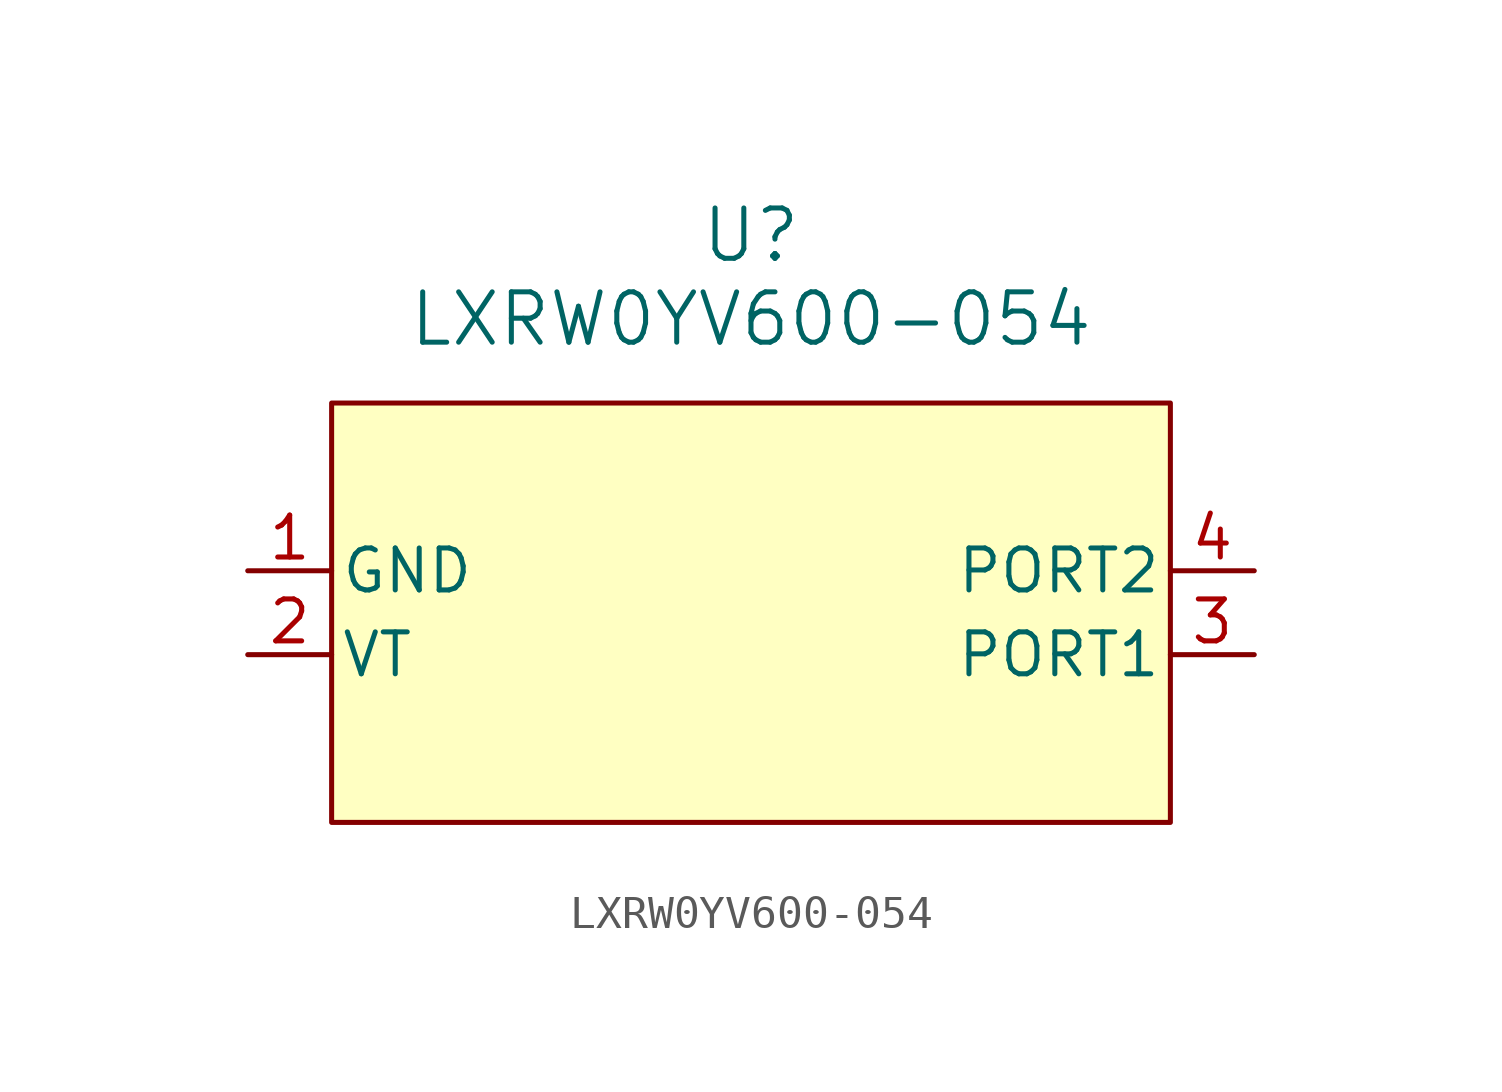
<source format=kicad_sym>
(kicad_symbol_lib
  (version 20241209)
  (generator "kicad_symbol_editor")
  (generator_version "9.0")
  (symbol "LXRW0YV600-054"
    (pin_names
      (offset 0.254))
    (property "Reference" "U"
      (at 20.32 10.16 0)
      (effects (font (size 1.524 1.524))))
    (property "Value" "LXRW0YV600-054"
      (at 20.32 7.62 0)
      (effects (font (size 1.524 1.524))))
    (property "ki_locked" ""
      (at 0 0 0)
      (effects (font (size 1.27 1.27))))
    (symbol "LXRW0YV600-054_0_1"
      (pin passive line (at 5.08 0 0) (length 2.54) (name "GND" (effects (font (size 1.27 1.27)))) (number "1" (effects (font (size 1.27 1.27)))))
      (pin passive line (at 5.08 -2.54 0) (length 2.54) (name "VT" (effects (font (size 1.27 1.27)))) (number "2" (effects (font (size 1.27 1.27)))))
      (pin passive line (at 35.56 0 180) (length 2.54) (name "PORT2" (effects (font (size 1.27 1.27)))) (number "4" (effects (font (size 1.27 1.27)))))
      (pin passive line (at 35.56 -2.54 180) (length 2.54) (name "PORT1" (effects (font (size 1.27 1.27)))) (number "3" (effects (font (size 1.27 1.27))))))
    (symbol "LXRW0YV600-054_1_1"
      (rectangle (start 7.62 5.08) (end 33.02 -7.62) (stroke (width 0) (type solid)) (fill (type background))))))
</source>
